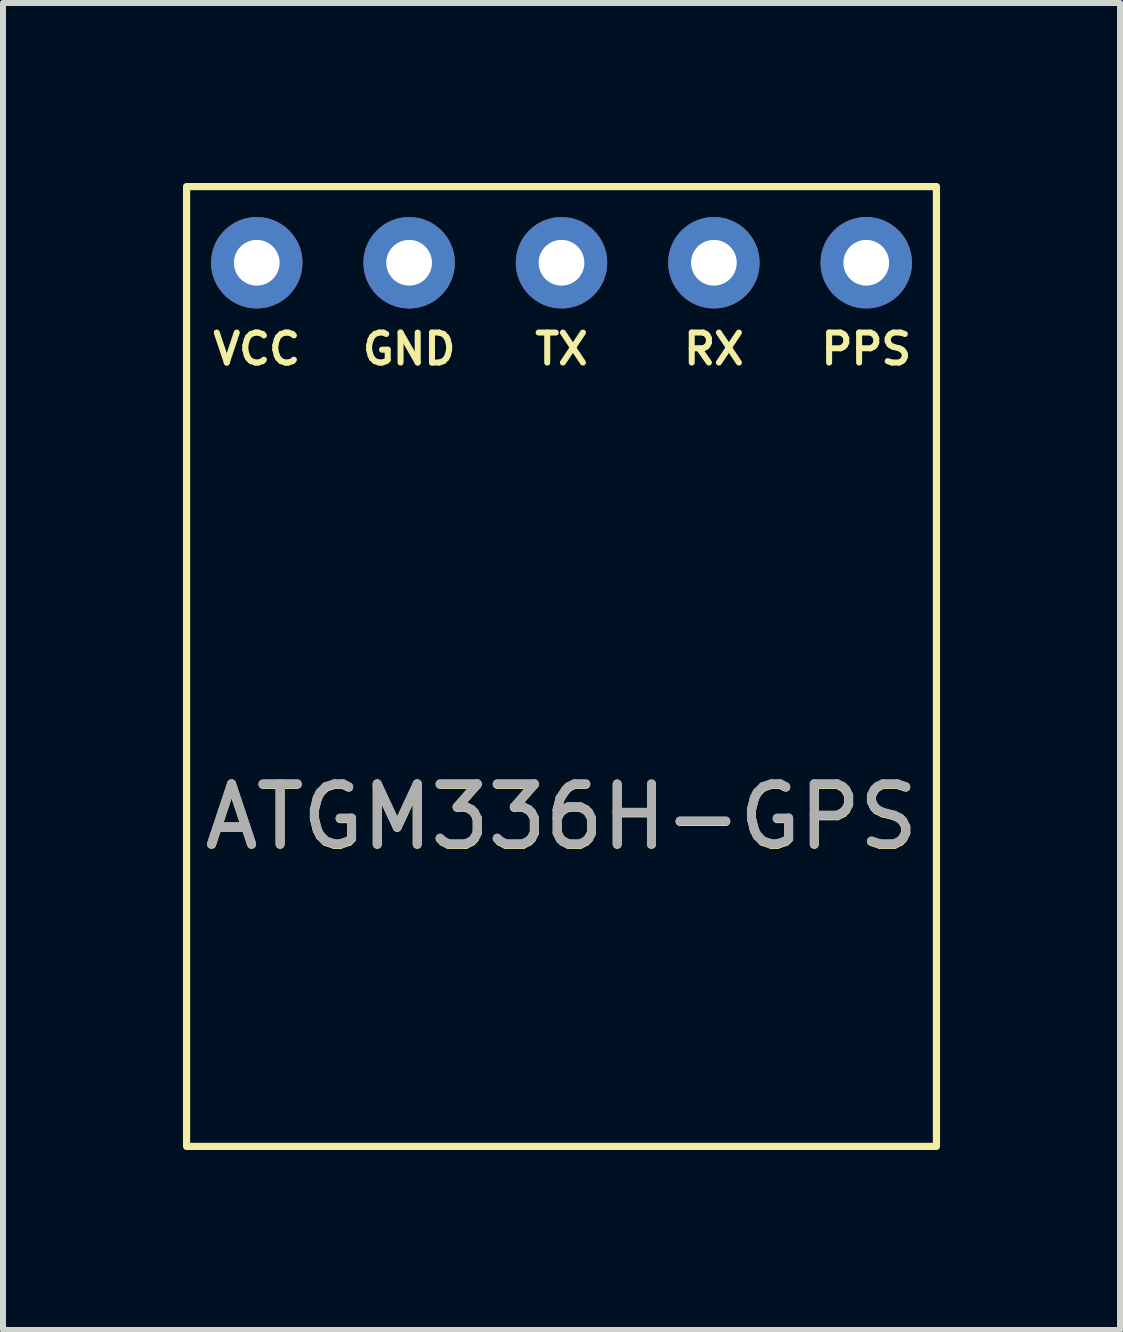
<source format=kicad_pcb>
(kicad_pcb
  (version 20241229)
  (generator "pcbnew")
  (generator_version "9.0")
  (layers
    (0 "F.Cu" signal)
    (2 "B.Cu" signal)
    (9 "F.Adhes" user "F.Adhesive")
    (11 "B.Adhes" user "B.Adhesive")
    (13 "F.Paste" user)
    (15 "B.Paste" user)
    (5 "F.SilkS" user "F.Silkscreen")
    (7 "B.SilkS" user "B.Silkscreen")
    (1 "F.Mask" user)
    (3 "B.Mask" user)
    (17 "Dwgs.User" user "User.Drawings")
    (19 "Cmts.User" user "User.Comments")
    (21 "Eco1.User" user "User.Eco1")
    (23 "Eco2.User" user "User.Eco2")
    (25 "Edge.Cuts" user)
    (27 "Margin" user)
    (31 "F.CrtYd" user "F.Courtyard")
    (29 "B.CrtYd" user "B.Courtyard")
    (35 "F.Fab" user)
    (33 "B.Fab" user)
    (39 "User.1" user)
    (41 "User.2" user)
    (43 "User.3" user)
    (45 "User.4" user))
  (footprint "ATGM336H-GPS"
    (layer "F.Cu")
    (at 6.31 8.06)
    (property "Reference" "ATGM336H-GPS" (at 0 2.51 0) (unlocked yes) (layer "F.SilkS") (effects (font (size 1 1) (thickness 0.15))))
    (attr through_hole)
    (fp_rect (start -6.25 -8) (end 6.25 8) (stroke (width 0.12) (type default)) (fill no) (layer "F.SilkS"))
    (fp_text user "RX" (at 2.54 -5 0) (unlocked yes) (layer "F.SilkS") (effects (font (size 0.5 0.5) (thickness 0.1) (bold yes)) (justify bottom)))
    (fp_text user "PPS" (at 5.08 -5 0) (unlocked yes) (layer "F.SilkS") (effects (font (size 0.5 0.5) (thickness 0.1) (bold yes)) (justify bottom)))
    (fp_text user "VCC" (at -5.08 -5 0) (unlocked yes) (layer "F.SilkS") (effects (font (size 0.5 0.5) (thickness 0.1) (bold yes)) (justify bottom)))
    (fp_text user "TX" (at 0 -5 0) (unlocked yes) (layer "F.SilkS") (effects (font (size 0.5 0.5) (thickness 0.1) (bold yes)) (justify bottom)))
    (fp_text user "GND" (at -2.54 -5 0) (unlocked yes) (layer "F.SilkS") (effects (font (size 0.5 0.5) (thickness 0.1) (bold yes)) (justify bottom)))
    (fp_text user "${REFERENCE}" (at 0 2.5 0) (unlocked yes) (layer "F.Fab") (effects (font (size 1 1) (thickness 0.15))))
    (pad "1" thru_hole circle (at -5.08 -6.73) (size 1.524 1.524) (drill 0.762) (layers "*.Cu" "*.Mask"))
    (pad "2" thru_hole circle (at -2.54 -6.73) (size 1.524 1.524) (drill 0.762) (layers "*.Cu" "*.Mask"))
    (pad "3" thru_hole circle (at 0 -6.73) (size 1.524 1.524) (drill 0.762) (layers "*.Cu" "*.Mask"))
    (pad "4" thru_hole circle (at 2.54 -6.73) (size 1.524 1.524) (drill 0.762) (layers "*.Cu" "*.Mask"))
    (pad "5" thru_hole circle (at 5.08 -6.73) (size 1.524 1.524) (drill 0.762) (layers "*.Cu" "*.Mask")))
  (gr_rect
    (start -3 -3)
    (end 15.62 19.12)
    (stroke (width 0.1) (type default))
    (fill no)
    (layer "Edge.Cuts")))
</source>
